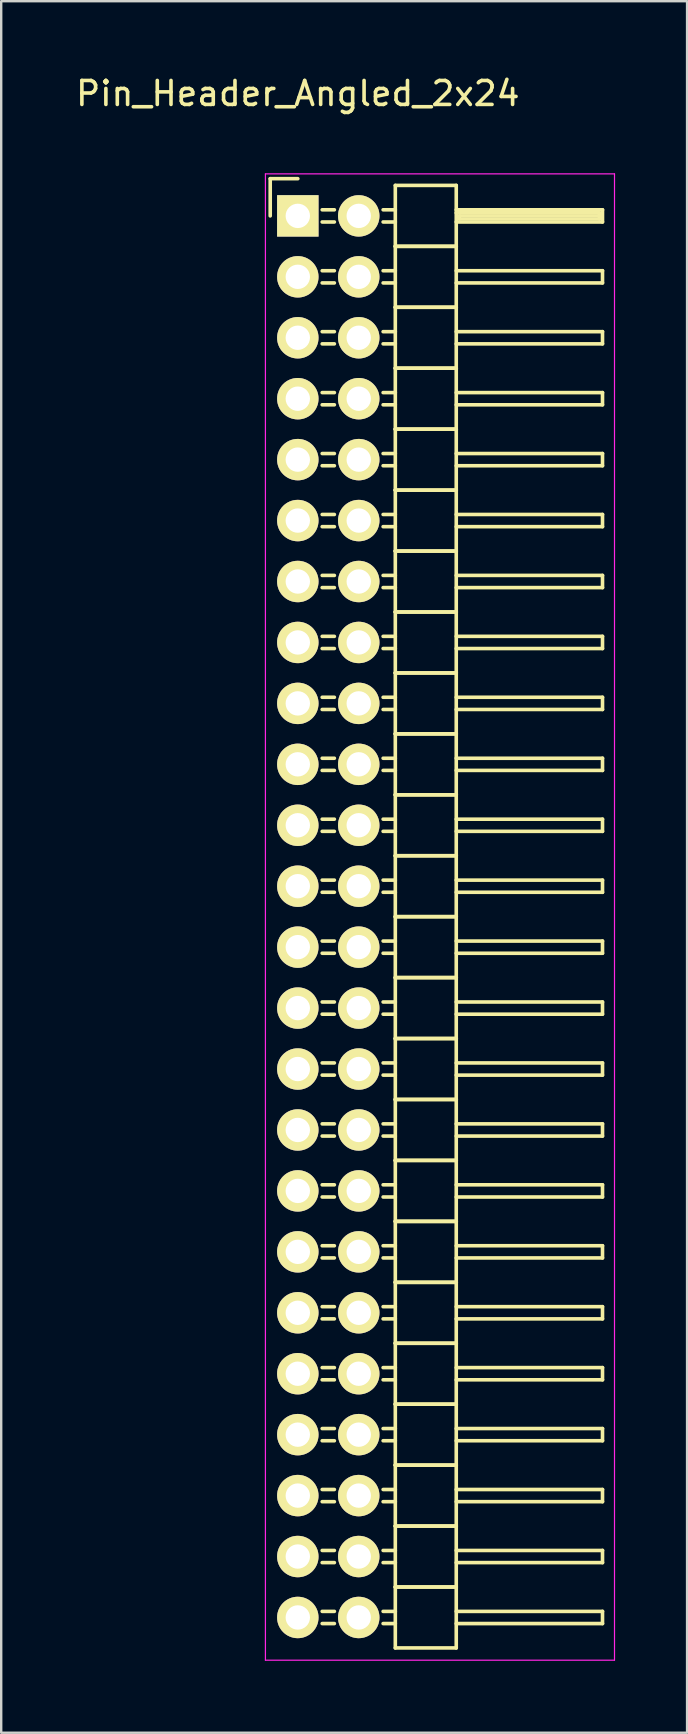
<source format=kicad_pcb>
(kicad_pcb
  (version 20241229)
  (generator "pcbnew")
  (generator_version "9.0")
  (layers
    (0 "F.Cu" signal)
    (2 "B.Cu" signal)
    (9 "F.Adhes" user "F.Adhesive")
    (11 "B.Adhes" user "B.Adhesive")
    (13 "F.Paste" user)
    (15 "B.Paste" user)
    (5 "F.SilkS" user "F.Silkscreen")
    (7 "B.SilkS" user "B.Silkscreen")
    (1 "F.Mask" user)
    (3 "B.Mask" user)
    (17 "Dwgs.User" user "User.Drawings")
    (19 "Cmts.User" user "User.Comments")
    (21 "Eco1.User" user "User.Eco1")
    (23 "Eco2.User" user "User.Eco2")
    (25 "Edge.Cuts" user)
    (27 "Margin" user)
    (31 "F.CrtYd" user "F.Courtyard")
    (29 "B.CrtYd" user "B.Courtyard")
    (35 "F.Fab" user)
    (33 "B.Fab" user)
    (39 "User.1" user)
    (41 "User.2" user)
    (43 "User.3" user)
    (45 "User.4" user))
  (footprint "Pin_Header_Angled_2x24"
    (layer "F.Cu")
    (at 9.363 5.948)
    (property "Reference" "Pin_Header_Angled_2x24" (at 0 -5.1 0) (layer "F.SilkS") (effects (font (size 1 1) (thickness 0.15))))
    (attr through_hole)
    (fp_line (start -1.15 -1.55) (end -1.15 0) (stroke (width 0.15) (type solid)) (layer "F.SilkS"))
    (fp_line (start 0 -1.55) (end -1.15 -1.55) (stroke (width 0.15) (type solid)) (layer "F.SilkS"))
    (fp_line (start 1.524 -0.254) (end 1.016 -0.254) (stroke (width 0.15) (type solid)) (layer "F.SilkS"))
    (fp_line (start 1.524 0.254) (end 1.016 0.254) (stroke (width 0.15) (type solid)) (layer "F.SilkS"))
    (fp_line (start 1.524 2.286) (end 1.016 2.286) (stroke (width 0.15) (type solid)) (layer "F.SilkS"))
    (fp_line (start 1.524 2.794) (end 1.016 2.794) (stroke (width 0.15) (type solid)) (layer "F.SilkS"))
    (fp_line (start 1.524 4.826) (end 1.016 4.826) (stroke (width 0.15) (type solid)) (layer "F.SilkS"))
    (fp_line (start 1.524 5.334) (end 1.016 5.334) (stroke (width 0.15) (type solid)) (layer "F.SilkS"))
    (fp_line (start 1.524 7.366) (end 1.016 7.366) (stroke (width 0.15) (type solid)) (layer "F.SilkS"))
    (fp_line (start 1.524 7.874) (end 1.016 7.874) (stroke (width 0.15) (type solid)) (layer "F.SilkS"))
    (fp_line (start 1.524 9.906) (end 1.016 9.906) (stroke (width 0.15) (type solid)) (layer "F.SilkS"))
    (fp_line (start 1.524 10.414) (end 1.016 10.414) (stroke (width 0.15) (type solid)) (layer "F.SilkS"))
    (fp_line (start 1.524 12.446) (end 1.016 12.446) (stroke (width 0.15) (type solid)) (layer "F.SilkS"))
    (fp_line (start 1.524 12.954) (end 1.016 12.954) (stroke (width 0.15) (type solid)) (layer "F.SilkS"))
    (fp_line (start 1.524 14.986) (end 1.016 14.986) (stroke (width 0.15) (type solid)) (layer "F.SilkS"))
    (fp_line (start 1.524 15.494) (end 1.016 15.494) (stroke (width 0.15) (type solid)) (layer "F.SilkS"))
    (fp_line (start 1.524 17.526) (end 1.016 17.526) (stroke (width 0.15) (type solid)) (layer "F.SilkS"))
    (fp_line (start 1.524 18.034) (end 1.016 18.034) (stroke (width 0.15) (type solid)) (layer "F.SilkS"))
    (fp_line (start 1.524 20.066) (end 1.016 20.066) (stroke (width 0.15) (type solid)) (layer "F.SilkS"))
    (fp_line (start 1.524 20.574) (end 1.016 20.574) (stroke (width 0.15) (type solid)) (layer "F.SilkS"))
    (fp_line (start 1.524 22.606) (end 1.016 22.606) (stroke (width 0.15) (type solid)) (layer "F.SilkS"))
    (fp_line (start 1.524 23.114) (end 1.016 23.114) (stroke (width 0.15) (type solid)) (layer "F.SilkS"))
    (fp_line (start 1.524 25.146) (end 1.016 25.146) (stroke (width 0.15) (type solid)) (layer "F.SilkS"))
    (fp_line (start 1.524 25.654) (end 1.016 25.654) (stroke (width 0.15) (type solid)) (layer "F.SilkS"))
    (fp_line (start 1.524 27.686) (end 1.016 27.686) (stroke (width 0.15) (type solid)) (layer "F.SilkS"))
    (fp_line (start 1.524 28.194) (end 1.016 28.194) (stroke (width 0.15) (type solid)) (layer "F.SilkS"))
    (fp_line (start 1.524 30.226) (end 1.016 30.226) (stroke (width 0.15) (type solid)) (layer "F.SilkS"))
    (fp_line (start 1.524 30.734) (end 1.016 30.734) (stroke (width 0.15) (type solid)) (layer "F.SilkS"))
    (fp_line (start 1.524 32.766) (end 1.016 32.766) (stroke (width 0.15) (type solid)) (layer "F.SilkS"))
    (fp_line (start 1.524 33.274) (end 1.016 33.274) (stroke (width 0.15) (type solid)) (layer "F.SilkS"))
    (fp_line (start 1.524 35.306) (end 1.016 35.306) (stroke (width 0.15) (type solid)) (layer "F.SilkS"))
    (fp_line (start 1.524 35.814) (end 1.016 35.814) (stroke (width 0.15) (type solid)) (layer "F.SilkS"))
    (fp_line (start 1.524 37.846) (end 1.016 37.846) (stroke (width 0.15) (type solid)) (layer "F.SilkS"))
    (fp_line (start 1.524 38.354) (end 1.016 38.354) (stroke (width 0.15) (type solid)) (layer "F.SilkS"))
    (fp_line (start 1.524 40.386) (end 1.016 40.386) (stroke (width 0.15) (type solid)) (layer "F.SilkS"))
    (fp_line (start 1.524 40.894) (end 1.016 40.894) (stroke (width 0.15) (type solid)) (layer "F.SilkS"))
    (fp_line (start 1.524 42.926) (end 1.016 42.926) (stroke (width 0.15) (type solid)) (layer "F.SilkS"))
    (fp_line (start 1.524 43.434) (end 1.016 43.434) (stroke (width 0.15) (type solid)) (layer "F.SilkS"))
    (fp_line (start 1.524 45.466) (end 1.016 45.466) (stroke (width 0.15) (type solid)) (layer "F.SilkS"))
    (fp_line (start 1.524 45.974) (end 1.016 45.974) (stroke (width 0.15) (type solid)) (layer "F.SilkS"))
    (fp_line (start 1.524 48.006) (end 1.016 48.006) (stroke (width 0.15) (type solid)) (layer "F.SilkS"))
    (fp_line (start 1.524 48.514) (end 1.016 48.514) (stroke (width 0.15) (type solid)) (layer "F.SilkS"))
    (fp_line (start 1.524 50.546) (end 1.016 50.546) (stroke (width 0.15) (type solid)) (layer "F.SilkS"))
    (fp_line (start 1.524 51.054) (end 1.016 51.054) (stroke (width 0.15) (type solid)) (layer "F.SilkS"))
    (fp_line (start 1.524 53.086) (end 1.016 53.086) (stroke (width 0.15) (type solid)) (layer "F.SilkS"))
    (fp_line (start 1.524 53.594) (end 1.016 53.594) (stroke (width 0.15) (type solid)) (layer "F.SilkS"))
    (fp_line (start 1.524 55.626) (end 1.016 55.626) (stroke (width 0.15) (type solid)) (layer "F.SilkS"))
    (fp_line (start 1.524 56.134) (end 1.016 56.134) (stroke (width 0.15) (type solid)) (layer "F.SilkS"))
    (fp_line (start 1.524 58.166) (end 1.016 58.166) (stroke (width 0.15) (type solid)) (layer "F.SilkS"))
    (fp_line (start 1.524 58.674) (end 1.016 58.674) (stroke (width 0.15) (type solid)) (layer "F.SilkS"))
    (fp_line (start 4.064 -1.27) (end 4.064 1.27) (stroke (width 0.15) (type solid)) (layer "F.SilkS"))
    (fp_line (start 4.064 -1.27) (end 6.604 -1.27) (stroke (width 0.15) (type solid)) (layer "F.SilkS"))
    (fp_line (start 4.064 -0.254) (end 3.556 -0.254) (stroke (width 0.15) (type solid)) (layer "F.SilkS"))
    (fp_line (start 4.064 0.254) (end 3.556 0.254) (stroke (width 0.15) (type solid)) (layer "F.SilkS"))
    (fp_line (start 4.064 1.27) (end 4.064 3.81) (stroke (width 0.15) (type solid)) (layer "F.SilkS"))
    (fp_line (start 4.064 1.27) (end 6.604 1.27) (stroke (width 0.15) (type solid)) (layer "F.SilkS"))
    (fp_line (start 4.064 1.27) (end 6.604 1.27) (stroke (width 0.15) (type solid)) (layer "F.SilkS"))
    (fp_line (start 4.064 2.286) (end 3.556 2.286) (stroke (width 0.15) (type solid)) (layer "F.SilkS"))
    (fp_line (start 4.064 2.794) (end 3.556 2.794) (stroke (width 0.15) (type solid)) (layer "F.SilkS"))
    (fp_line (start 4.064 3.81) (end 4.064 6.35) (stroke (width 0.15) (type solid)) (layer "F.SilkS"))
    (fp_line (start 4.064 3.81) (end 6.604 3.81) (stroke (width 0.15) (type solid)) (layer "F.SilkS"))
    (fp_line (start 4.064 3.81) (end 6.604 3.81) (stroke (width 0.15) (type solid)) (layer "F.SilkS"))
    (fp_line (start 4.064 4.826) (end 3.556 4.826) (stroke (width 0.15) (type solid)) (layer "F.SilkS"))
    (fp_line (start 4.064 5.334) (end 3.556 5.334) (stroke (width 0.15) (type solid)) (layer "F.SilkS"))
    (fp_line (start 4.064 6.35) (end 4.064 8.89) (stroke (width 0.15) (type solid)) (layer "F.SilkS"))
    (fp_line (start 4.064 6.35) (end 6.604 6.35) (stroke (width 0.15) (type solid)) (layer "F.SilkS"))
    (fp_line (start 4.064 6.35) (end 6.604 6.35) (stroke (width 0.15) (type solid)) (layer "F.SilkS"))
    (fp_line (start 4.064 7.366) (end 3.556 7.366) (stroke (width 0.15) (type solid)) (layer "F.SilkS"))
    (fp_line (start 4.064 7.874) (end 3.556 7.874) (stroke (width 0.15) (type solid)) (layer "F.SilkS"))
    (fp_line (start 4.064 8.89) (end 4.064 11.43) (stroke (width 0.15) (type solid)) (layer "F.SilkS"))
    (fp_line (start 4.064 8.89) (end 6.604 8.89) (stroke (width 0.15) (type solid)) (layer "F.SilkS"))
    (fp_line (start 4.064 8.89) (end 6.604 8.89) (stroke (width 0.15) (type solid)) (layer "F.SilkS"))
    (fp_line (start 4.064 9.906) (end 3.556 9.906) (stroke (width 0.15) (type solid)) (layer "F.SilkS"))
    (fp_line (start 4.064 10.414) (end 3.556 10.414) (stroke (width 0.15) (type solid)) (layer "F.SilkS"))
    (fp_line (start 4.064 11.43) (end 4.064 13.97) (stroke (width 0.15) (type solid)) (layer "F.SilkS"))
    (fp_line (start 4.064 11.43) (end 6.604 11.43) (stroke (width 0.15) (type solid)) (layer "F.SilkS"))
    (fp_line (start 4.064 11.43) (end 6.604 11.43) (stroke (width 0.15) (type solid)) (layer "F.SilkS"))
    (fp_line (start 4.064 12.446) (end 3.556 12.446) (stroke (width 0.15) (type solid)) (layer "F.SilkS"))
    (fp_line (start 4.064 12.954) (end 3.556 12.954) (stroke (width 0.15) (type solid)) (layer "F.SilkS"))
    (fp_line (start 4.064 13.97) (end 4.064 16.51) (stroke (width 0.15) (type solid)) (layer "F.SilkS"))
    (fp_line (start 4.064 13.97) (end 6.604 13.97) (stroke (width 0.15) (type solid)) (layer "F.SilkS"))
    (fp_line (start 4.064 13.97) (end 6.604 13.97) (stroke (width 0.15) (type solid)) (layer "F.SilkS"))
    (fp_line (start 4.064 14.986) (end 3.556 14.986) (stroke (width 0.15) (type solid)) (layer "F.SilkS"))
    (fp_line (start 4.064 15.494) (end 3.556 15.494) (stroke (width 0.15) (type solid)) (layer "F.SilkS"))
    (fp_line (start 4.064 16.51) (end 4.064 19.05) (stroke (width 0.15) (type solid)) (layer "F.SilkS"))
    (fp_line (start 4.064 16.51) (end 6.604 16.51) (stroke (width 0.15) (type solid)) (layer "F.SilkS"))
    (fp_line (start 4.064 16.51) (end 6.604 16.51) (stroke (width 0.15) (type solid)) (layer "F.SilkS"))
    (fp_line (start 4.064 17.526) (end 3.556 17.526) (stroke (width 0.15) (type solid)) (layer "F.SilkS"))
    (fp_line (start 4.064 18.034) (end 3.556 18.034) (stroke (width 0.15) (type solid)) (layer "F.SilkS"))
    (fp_line (start 4.064 19.05) (end 4.064 21.59) (stroke (width 0.15) (type solid)) (layer "F.SilkS"))
    (fp_line (start 4.064 19.05) (end 6.604 19.05) (stroke (width 0.15) (type solid)) (layer "F.SilkS"))
    (fp_line (start 4.064 19.05) (end 6.604 19.05) (stroke (width 0.15) (type solid)) (layer "F.SilkS"))
    (fp_line (start 4.064 20.066) (end 3.556 20.066) (stroke (width 0.15) (type solid)) (layer "F.SilkS"))
    (fp_line (start 4.064 20.574) (end 3.556 20.574) (stroke (width 0.15) (type solid)) (layer "F.SilkS"))
    (fp_line (start 4.064 21.59) (end 4.064 24.13) (stroke (width 0.15) (type solid)) (layer "F.SilkS"))
    (fp_line (start 4.064 21.59) (end 6.604 21.59) (stroke (width 0.15) (type solid)) (layer "F.SilkS"))
    (fp_line (start 4.064 21.59) (end 6.604 21.59) (stroke (width 0.15) (type solid)) (layer "F.SilkS"))
    (fp_line (start 4.064 22.606) (end 3.556 22.606) (stroke (width 0.15) (type solid)) (layer "F.SilkS"))
    (fp_line (start 4.064 23.114) (end 3.556 23.114) (stroke (width 0.15) (type solid)) (layer "F.SilkS"))
    (fp_line (start 4.064 24.13) (end 4.064 26.67) (stroke (width 0.15) (type solid)) (layer "F.SilkS"))
    (fp_line (start 4.064 24.13) (end 6.604 24.13) (stroke (width 0.15) (type solid)) (layer "F.SilkS"))
    (fp_line (start 4.064 24.13) (end 6.604 24.13) (stroke (width 0.15) (type solid)) (layer "F.SilkS"))
    (fp_line (start 4.064 25.146) (end 3.556 25.146) (stroke (width 0.15) (type solid)) (layer "F.SilkS"))
    (fp_line (start 4.064 25.654) (end 3.556 25.654) (stroke (width 0.15) (type solid)) (layer "F.SilkS"))
    (fp_line (start 4.064 26.67) (end 4.064 29.21) (stroke (width 0.15) (type solid)) (layer "F.SilkS"))
    (fp_line (start 4.064 26.67) (end 6.604 26.67) (stroke (width 0.15) (type solid)) (layer "F.SilkS"))
    (fp_line (start 4.064 26.67) (end 6.604 26.67) (stroke (width 0.15) (type solid)) (layer "F.SilkS"))
    (fp_line (start 4.064 27.686) (end 3.556 27.686) (stroke (width 0.15) (type solid)) (layer "F.SilkS"))
    (fp_line (start 4.064 28.194) (end 3.556 28.194) (stroke (width 0.15) (type solid)) (layer "F.SilkS"))
    (fp_line (start 4.064 29.21) (end 4.064 31.75) (stroke (width 0.15) (type solid)) (layer "F.SilkS"))
    (fp_line (start 4.064 29.21) (end 6.604 29.21) (stroke (width 0.15) (type solid)) (layer "F.SilkS"))
    (fp_line (start 4.064 29.21) (end 6.604 29.21) (stroke (width 0.15) (type solid)) (layer "F.SilkS"))
    (fp_line (start 4.064 30.226) (end 3.556 30.226) (stroke (width 0.15) (type solid)) (layer "F.SilkS"))
    (fp_line (start 4.064 30.734) (end 3.556 30.734) (stroke (width 0.15) (type solid)) (layer "F.SilkS"))
    (fp_line (start 4.064 31.75) (end 4.064 34.29) (stroke (width 0.15) (type solid)) (layer "F.SilkS"))
    (fp_line (start 4.064 31.75) (end 6.604 31.75) (stroke (width 0.15) (type solid)) (layer "F.SilkS"))
    (fp_line (start 4.064 31.75) (end 6.604 31.75) (stroke (width 0.15) (type solid)) (layer "F.SilkS"))
    (fp_line (start 4.064 32.766) (end 3.556 32.766) (stroke (width 0.15) (type solid)) (layer "F.SilkS"))
    (fp_line (start 4.064 33.274) (end 3.556 33.274) (stroke (width 0.15) (type solid)) (layer "F.SilkS"))
    (fp_line (start 4.064 34.29) (end 4.064 36.83) (stroke (width 0.15) (type solid)) (layer "F.SilkS"))
    (fp_line (start 4.064 34.29) (end 6.604 34.29) (stroke (width 0.15) (type solid)) (layer "F.SilkS"))
    (fp_line (start 4.064 34.29) (end 6.604 34.29) (stroke (width 0.15) (type solid)) (layer "F.SilkS"))
    (fp_line (start 4.064 35.306) (end 3.556 35.306) (stroke (width 0.15) (type solid)) (layer "F.SilkS"))
    (fp_line (start 4.064 35.814) (end 3.556 35.814) (stroke (width 0.15) (type solid)) (layer "F.SilkS"))
    (fp_line (start 4.064 36.83) (end 4.064 39.37) (stroke (width 0.15) (type solid)) (layer "F.SilkS"))
    (fp_line (start 4.064 36.83) (end 6.604 36.83) (stroke (width 0.15) (type solid)) (layer "F.SilkS"))
    (fp_line (start 4.064 36.83) (end 6.604 36.83) (stroke (width 0.15) (type solid)) (layer "F.SilkS"))
    (fp_line (start 4.064 37.846) (end 3.556 37.846) (stroke (width 0.15) (type solid)) (layer "F.SilkS"))
    (fp_line (start 4.064 38.354) (end 3.556 38.354) (stroke (width 0.15) (type solid)) (layer "F.SilkS"))
    (fp_line (start 4.064 39.37) (end 4.064 41.91) (stroke (width 0.15) (type solid)) (layer "F.SilkS"))
    (fp_line (start 4.064 39.37) (end 6.604 39.37) (stroke (width 0.15) (type solid)) (layer "F.SilkS"))
    (fp_line (start 4.064 39.37) (end 6.604 39.37) (stroke (width 0.15) (type solid)) (layer "F.SilkS"))
    (fp_line (start 4.064 40.386) (end 3.556 40.386) (stroke (width 0.15) (type solid)) (layer "F.SilkS"))
    (fp_line (start 4.064 40.894) (end 3.556 40.894) (stroke (width 0.15) (type solid)) (layer "F.SilkS"))
    (fp_line (start 4.064 41.91) (end 4.064 44.45) (stroke (width 0.15) (type solid)) (layer "F.SilkS"))
    (fp_line (start 4.064 41.91) (end 6.604 41.91) (stroke (width 0.15) (type solid)) (layer "F.SilkS"))
    (fp_line (start 4.064 41.91) (end 6.604 41.91) (stroke (width 0.15) (type solid)) (layer "F.SilkS"))
    (fp_line (start 4.064 42.926) (end 3.556 42.926) (stroke (width 0.15) (type solid)) (layer "F.SilkS"))
    (fp_line (start 4.064 43.434) (end 3.556 43.434) (stroke (width 0.15) (type solid)) (layer "F.SilkS"))
    (fp_line (start 4.064 44.45) (end 4.064 46.99) (stroke (width 0.15) (type solid)) (layer "F.SilkS"))
    (fp_line (start 4.064 44.45) (end 6.604 44.45) (stroke (width 0.15) (type solid)) (layer "F.SilkS"))
    (fp_line (start 4.064 44.45) (end 6.604 44.45) (stroke (width 0.15) (type solid)) (layer "F.SilkS"))
    (fp_line (start 4.064 45.466) (end 3.556 45.466) (stroke (width 0.15) (type solid)) (layer "F.SilkS"))
    (fp_line (start 4.064 45.974) (end 3.556 45.974) (stroke (width 0.15) (type solid)) (layer "F.SilkS"))
    (fp_line (start 4.064 46.99) (end 4.064 49.53) (stroke (width 0.15) (type solid)) (layer "F.SilkS"))
    (fp_line (start 4.064 46.99) (end 6.604 46.99) (stroke (width 0.15) (type solid)) (layer "F.SilkS"))
    (fp_line (start 4.064 46.99) (end 6.604 46.99) (stroke (width 0.15) (type solid)) (layer "F.SilkS"))
    (fp_line (start 4.064 48.006) (end 3.556 48.006) (stroke (width 0.15) (type solid)) (layer "F.SilkS"))
    (fp_line (start 4.064 48.514) (end 3.556 48.514) (stroke (width 0.15) (type solid)) (layer "F.SilkS"))
    (fp_line (start 4.064 49.53) (end 4.064 52.07) (stroke (width 0.15) (type solid)) (layer "F.SilkS"))
    (fp_line (start 4.064 49.53) (end 6.604 49.53) (stroke (width 0.15) (type solid)) (layer "F.SilkS"))
    (fp_line (start 4.064 49.53) (end 6.604 49.53) (stroke (width 0.15) (type solid)) (layer "F.SilkS"))
    (fp_line (start 4.064 50.546) (end 3.556 50.546) (stroke (width 0.15) (type solid)) (layer "F.SilkS"))
    (fp_line (start 4.064 51.054) (end 3.556 51.054) (stroke (width 0.15) (type solid)) (layer "F.SilkS"))
    (fp_line (start 4.064 52.07) (end 4.064 54.61) (stroke (width 0.15) (type solid)) (layer "F.SilkS"))
    (fp_line (start 4.064 52.07) (end 6.604 52.07) (stroke (width 0.15) (type solid)) (layer "F.SilkS"))
    (fp_line (start 4.064 52.07) (end 6.604 52.07) (stroke (width 0.15) (type solid)) (layer "F.SilkS"))
    (fp_line (start 4.064 53.086) (end 3.556 53.086) (stroke (width 0.15) (type solid)) (layer "F.SilkS"))
    (fp_line (start 4.064 53.594) (end 3.556 53.594) (stroke (width 0.15) (type solid)) (layer "F.SilkS"))
    (fp_line (start 4.064 54.61) (end 4.064 57.15) (stroke (width 0.15) (type solid)) (layer "F.SilkS"))
    (fp_line (start 4.064 54.61) (end 6.604 54.61) (stroke (width 0.15) (type solid)) (layer "F.SilkS"))
    (fp_line (start 4.064 54.61) (end 6.604 54.61) (stroke (width 0.15) (type solid)) (layer "F.SilkS"))
    (fp_line (start 4.064 55.626) (end 3.556 55.626) (stroke (width 0.15) (type solid)) (layer "F.SilkS"))
    (fp_line (start 4.064 56.134) (end 3.556 56.134) (stroke (width 0.15) (type solid)) (layer "F.SilkS"))
    (fp_line (start 4.064 57.15) (end 4.064 59.69) (stroke (width 0.15) (type solid)) (layer "F.SilkS"))
    (fp_line (start 4.064 57.15) (end 6.604 57.15) (stroke (width 0.15) (type solid)) (layer "F.SilkS"))
    (fp_line (start 4.064 57.15) (end 6.604 57.15) (stroke (width 0.15) (type solid)) (layer "F.SilkS"))
    (fp_line (start 4.064 58.166) (end 3.556 58.166) (stroke (width 0.15) (type solid)) (layer "F.SilkS"))
    (fp_line (start 4.064 58.674) (end 3.556 58.674) (stroke (width 0.15) (type solid)) (layer "F.SilkS"))
    (fp_line (start 4.064 59.69) (end 6.604 59.69) (stroke (width 0.15) (type solid)) (layer "F.SilkS"))
    (fp_line (start 6.604 -0.254) (end 12.7 -0.254) (stroke (width 0.15) (type solid)) (layer "F.SilkS"))
    (fp_line (start 6.604 -0.127) (end 12.573 -0.127) (stroke (width 0.15) (type solid)) (layer "F.SilkS"))
    (fp_line (start 6.604 1.27) (end 6.604 -1.27) (stroke (width 0.15) (type solid)) (layer "F.SilkS"))
    (fp_line (start 6.604 2.286) (end 12.7 2.286) (stroke (width 0.15) (type solid)) (layer "F.SilkS"))
    (fp_line (start 6.604 3.81) (end 6.604 1.27) (stroke (width 0.15) (type solid)) (layer "F.SilkS"))
    (fp_line (start 6.604 4.826) (end 12.7 4.826) (stroke (width 0.15) (type solid)) (layer "F.SilkS"))
    (fp_line (start 6.604 6.35) (end 6.604 3.81) (stroke (width 0.15) (type solid)) (layer "F.SilkS"))
    (fp_line (start 6.604 7.366) (end 12.7 7.366) (stroke (width 0.15) (type solid)) (layer "F.SilkS"))
    (fp_line (start 6.604 8.89) (end 6.604 6.35) (stroke (width 0.15) (type solid)) (layer "F.SilkS"))
    (fp_line (start 6.604 9.906) (end 12.7 9.906) (stroke (width 0.15) (type solid)) (layer "F.SilkS"))
    (fp_line (start 6.604 11.43) (end 6.604 8.89) (stroke (width 0.15) (type solid)) (layer "F.SilkS"))
    (fp_line (start 6.604 12.446) (end 12.7 12.446) (stroke (width 0.15) (type solid)) (layer "F.SilkS"))
    (fp_line (start 6.604 13.97) (end 6.604 11.43) (stroke (width 0.15) (type solid)) (layer "F.SilkS"))
    (fp_line (start 6.604 14.986) (end 12.7 14.986) (stroke (width 0.15) (type solid)) (layer "F.SilkS"))
    (fp_line (start 6.604 16.51) (end 6.604 13.97) (stroke (width 0.15) (type solid)) (layer "F.SilkS"))
    (fp_line (start 6.604 17.526) (end 12.7 17.526) (stroke (width 0.15) (type solid)) (layer "F.SilkS"))
    (fp_line (start 6.604 19.05) (end 6.604 16.51) (stroke (width 0.15) (type solid)) (layer "F.SilkS"))
    (fp_line (start 6.604 20.066) (end 12.7 20.066) (stroke (width 0.15) (type solid)) (layer "F.SilkS"))
    (fp_line (start 6.604 21.59) (end 6.604 19.05) (stroke (width 0.15) (type solid)) (layer "F.SilkS"))
    (fp_line (start 6.604 22.606) (end 12.7 22.606) (stroke (width 0.15) (type solid)) (layer "F.SilkS"))
    (fp_line (start 6.604 24.13) (end 6.604 21.59) (stroke (width 0.15) (type solid)) (layer "F.SilkS"))
    (fp_line (start 6.604 25.146) (end 12.7 25.146) (stroke (width 0.15) (type solid)) (layer "F.SilkS"))
    (fp_line (start 6.604 26.67) (end 6.604 24.13) (stroke (width 0.15) (type solid)) (layer "F.SilkS"))
    (fp_line (start 6.604 27.686) (end 12.7 27.686) (stroke (width 0.15) (type solid)) (layer "F.SilkS"))
    (fp_line (start 6.604 29.21) (end 6.604 26.67) (stroke (width 0.15) (type solid)) (layer "F.SilkS"))
    (fp_line (start 6.604 30.226) (end 12.7 30.226) (stroke (width 0.15) (type solid)) (layer "F.SilkS"))
    (fp_line (start 6.604 31.75) (end 6.604 29.21) (stroke (width 0.15) (type solid)) (layer "F.SilkS"))
    (fp_line (start 6.604 32.766) (end 12.7 32.766) (stroke (width 0.15) (type solid)) (layer "F.SilkS"))
    (fp_line (start 6.604 34.29) (end 6.604 31.75) (stroke (width 0.15) (type solid)) (layer "F.SilkS"))
    (fp_line (start 6.604 35.306) (end 12.7 35.306) (stroke (width 0.15) (type solid)) (layer "F.SilkS"))
    (fp_line (start 6.604 36.83) (end 6.604 34.29) (stroke (width 0.15) (type solid)) (layer "F.SilkS"))
    (fp_line (start 6.604 37.846) (end 12.7 37.846) (stroke (width 0.15) (type solid)) (layer "F.SilkS"))
    (fp_line (start 6.604 39.37) (end 6.604 36.83) (stroke (width 0.15) (type solid)) (layer "F.SilkS"))
    (fp_line (start 6.604 40.386) (end 12.7 40.386) (stroke (width 0.15) (type solid)) (layer "F.SilkS"))
    (fp_line (start 6.604 41.91) (end 6.604 39.37) (stroke (width 0.15) (type solid)) (layer "F.SilkS"))
    (fp_line (start 6.604 42.926) (end 12.7 42.926) (stroke (width 0.15) (type solid)) (layer "F.SilkS"))
    (fp_line (start 6.604 44.45) (end 6.604 41.91) (stroke (width 0.15) (type solid)) (layer "F.SilkS"))
    (fp_line (start 6.604 45.466) (end 12.7 45.466) (stroke (width 0.15) (type solid)) (layer "F.SilkS"))
    (fp_line (start 6.604 46.99) (end 6.604 44.45) (stroke (width 0.15) (type solid)) (layer "F.SilkS"))
    (fp_line (start 6.604 48.006) (end 12.7 48.006) (stroke (width 0.15) (type solid)) (layer "F.SilkS"))
    (fp_line (start 6.604 49.53) (end 6.604 46.99) (stroke (width 0.15) (type solid)) (layer "F.SilkS"))
    (fp_line (start 6.604 50.546) (end 12.7 50.546) (stroke (width 0.15) (type solid)) (layer "F.SilkS"))
    (fp_line (start 6.604 52.07) (end 6.604 49.53) (stroke (width 0.15) (type solid)) (layer "F.SilkS"))
    (fp_line (start 6.604 53.086) (end 12.7 53.086) (stroke (width 0.15) (type solid)) (layer "F.SilkS"))
    (fp_line (start 6.604 54.61) (end 6.604 52.07) (stroke (width 0.15) (type solid)) (layer "F.SilkS"))
    (fp_line (start 6.604 55.626) (end 12.7 55.626) (stroke (width 0.15) (type solid)) (layer "F.SilkS"))
    (fp_line (start 6.604 57.15) (end 6.604 54.61) (stroke (width 0.15) (type solid)) (layer "F.SilkS"))
    (fp_line (start 6.604 58.166) (end 12.7 58.166) (stroke (width 0.15) (type solid)) (layer "F.SilkS"))
    (fp_line (start 6.604 59.69) (end 6.604 57.15) (stroke (width 0.15) (type solid)) (layer "F.SilkS"))
    (fp_line (start 6.731 0) (end 12.573 0) (stroke (width 0.15) (type solid)) (layer "F.SilkS"))
    (fp_line (start 6.731 0.127) (end 6.731 0) (stroke (width 0.15) (type solid)) (layer "F.SilkS"))
    (fp_line (start 12.573 -0.127) (end 12.573 0.127) (stroke (width 0.15) (type solid)) (layer "F.SilkS"))
    (fp_line (start 12.573 0.127) (end 6.731 0.127) (stroke (width 0.15) (type solid)) (layer "F.SilkS"))
    (fp_line (start 12.7 -0.254) (end 12.7 0.254) (stroke (width 0.15) (type solid)) (layer "F.SilkS"))
    (fp_line (start 12.7 0.254) (end 6.604 0.254) (stroke (width 0.15) (type solid)) (layer "F.SilkS"))
    (fp_line (start 12.7 2.286) (end 12.7 2.794) (stroke (width 0.15) (type solid)) (layer "F.SilkS"))
    (fp_line (start 12.7 2.794) (end 6.604 2.794) (stroke (width 0.15) (type solid)) (layer "F.SilkS"))
    (fp_line (start 12.7 4.826) (end 12.7 5.334) (stroke (width 0.15) (type solid)) (layer "F.SilkS"))
    (fp_line (start 12.7 5.334) (end 6.604 5.334) (stroke (width 0.15) (type solid)) (layer "F.SilkS"))
    (fp_line (start 12.7 7.366) (end 12.7 7.874) (stroke (width 0.15) (type solid)) (layer "F.SilkS"))
    (fp_line (start 12.7 7.874) (end 6.604 7.874) (stroke (width 0.15) (type solid)) (layer "F.SilkS"))
    (fp_line (start 12.7 9.906) (end 12.7 10.414) (stroke (width 0.15) (type solid)) (layer "F.SilkS"))
    (fp_line (start 12.7 10.414) (end 6.604 10.414) (stroke (width 0.15) (type solid)) (layer "F.SilkS"))
    (fp_line (start 12.7 12.446) (end 12.7 12.954) (stroke (width 0.15) (type solid)) (layer "F.SilkS"))
    (fp_line (start 12.7 12.954) (end 6.604 12.954) (stroke (width 0.15) (type solid)) (layer "F.SilkS"))
    (fp_line (start 12.7 14.986) (end 12.7 15.494) (stroke (width 0.15) (type solid)) (layer "F.SilkS"))
    (fp_line (start 12.7 15.494) (end 6.604 15.494) (stroke (width 0.15) (type solid)) (layer "F.SilkS"))
    (fp_line (start 12.7 17.526) (end 12.7 18.034) (stroke (width 0.15) (type solid)) (layer "F.SilkS"))
    (fp_line (start 12.7 18.034) (end 6.604 18.034) (stroke (width 0.15) (type solid)) (layer "F.SilkS"))
    (fp_line (start 12.7 20.066) (end 12.7 20.574) (stroke (width 0.15) (type solid)) (layer "F.SilkS"))
    (fp_line (start 12.7 20.574) (end 6.604 20.574) (stroke (width 0.15) (type solid)) (layer "F.SilkS"))
    (fp_line (start 12.7 22.606) (end 12.7 23.114) (stroke (width 0.15) (type solid)) (layer "F.SilkS"))
    (fp_line (start 12.7 23.114) (end 6.604 23.114) (stroke (width 0.15) (type solid)) (layer "F.SilkS"))
    (fp_line (start 12.7 25.146) (end 12.7 25.654) (stroke (width 0.15) (type solid)) (layer "F.SilkS"))
    (fp_line (start 12.7 25.654) (end 6.604 25.654) (stroke (width 0.15) (type solid)) (layer "F.SilkS"))
    (fp_line (start 12.7 27.686) (end 12.7 28.194) (stroke (width 0.15) (type solid)) (layer "F.SilkS"))
    (fp_line (start 12.7 28.194) (end 6.604 28.194) (stroke (width 0.15) (type solid)) (layer "F.SilkS"))
    (fp_line (start 12.7 30.226) (end 12.7 30.734) (stroke (width 0.15) (type solid)) (layer "F.SilkS"))
    (fp_line (start 12.7 30.734) (end 6.604 30.734) (stroke (width 0.15) (type solid)) (layer "F.SilkS"))
    (fp_line (start 12.7 32.766) (end 12.7 33.274) (stroke (width 0.15) (type solid)) (layer "F.SilkS"))
    (fp_line (start 12.7 33.274) (end 6.604 33.274) (stroke (width 0.15) (type solid)) (layer "F.SilkS"))
    (fp_line (start 12.7 35.306) (end 12.7 35.814) (stroke (width 0.15) (type solid)) (layer "F.SilkS"))
    (fp_line (start 12.7 35.814) (end 6.604 35.814) (stroke (width 0.15) (type solid)) (layer "F.SilkS"))
    (fp_line (start 12.7 37.846) (end 12.7 38.354) (stroke (width 0.15) (type solid)) (layer "F.SilkS"))
    (fp_line (start 12.7 38.354) (end 6.604 38.354) (stroke (width 0.15) (type solid)) (layer "F.SilkS"))
    (fp_line (start 12.7 40.386) (end 12.7 40.894) (stroke (width 0.15) (type solid)) (layer "F.SilkS"))
    (fp_line (start 12.7 40.894) (end 6.604 40.894) (stroke (width 0.15) (type solid)) (layer "F.SilkS"))
    (fp_line (start 12.7 42.926) (end 12.7 43.434) (stroke (width 0.15) (type solid)) (layer "F.SilkS"))
    (fp_line (start 12.7 43.434) (end 6.604 43.434) (stroke (width 0.15) (type solid)) (layer "F.SilkS"))
    (fp_line (start 12.7 45.466) (end 12.7 45.974) (stroke (width 0.15) (type solid)) (layer "F.SilkS"))
    (fp_line (start 12.7 45.974) (end 6.604 45.974) (stroke (width 0.15) (type solid)) (layer "F.SilkS"))
    (fp_line (start 12.7 48.006) (end 12.7 48.514) (stroke (width 0.15) (type solid)) (layer "F.SilkS"))
    (fp_line (start 12.7 48.514) (end 6.604 48.514) (stroke (width 0.15) (type solid)) (layer "F.SilkS"))
    (fp_line (start 12.7 50.546) (end 12.7 51.054) (stroke (width 0.15) (type solid)) (layer "F.SilkS"))
    (fp_line (start 12.7 51.054) (end 6.604 51.054) (stroke (width 0.15) (type solid)) (layer "F.SilkS"))
    (fp_line (start 12.7 53.086) (end 12.7 53.594) (stroke (width 0.15) (type solid)) (layer "F.SilkS"))
    (fp_line (start 12.7 53.594) (end 6.604 53.594) (stroke (width 0.15) (type solid)) (layer "F.SilkS"))
    (fp_line (start 12.7 55.626) (end 12.7 56.134) (stroke (width 0.15) (type solid)) (layer "F.SilkS"))
    (fp_line (start 12.7 56.134) (end 6.604 56.134) (stroke (width 0.15) (type solid)) (layer "F.SilkS"))
    (fp_line (start 12.7 58.166) (end 12.7 58.674) (stroke (width 0.15) (type solid)) (layer "F.SilkS"))
    (fp_line (start 12.7 58.674) (end 6.604 58.674) (stroke (width 0.15) (type solid)) (layer "F.SilkS"))
    (fp_line (start -1.35 -1.75) (end -1.35 60.2) (stroke (width 0.05) (type solid)) (layer "F.CrtYd"))
    (fp_line (start -1.35 -1.75) (end 13.2 -1.75) (stroke (width 0.05) (type solid)) (layer "F.CrtYd"))
    (fp_line (start -1.35 60.2) (end 13.2 60.2) (stroke (width 0.05) (type solid)) (layer "F.CrtYd"))
    (fp_line (start 13.2 -1.75) (end 13.2 60.2) (stroke (width 0.05) (type solid)) (layer "F.CrtYd"))
    (pad "1" thru_hole rect (at 0 0) (size 1.727 1.727) (drill 1.016) (layers "*.Cu" "*.Mask" "F.SilkS"))
    (pad "2" thru_hole oval (at 2.54 0) (size 1.727 1.727) (drill 1.016) (layers "*.Cu" "*.Mask" "F.SilkS"))
    (pad "3" thru_hole oval (at 0 2.54) (size 1.727 1.727) (drill 1.016) (layers "*.Cu" "*.Mask" "F.SilkS"))
    (pad "4" thru_hole oval (at 2.54 2.54) (size 1.727 1.727) (drill 1.016) (layers "*.Cu" "*.Mask" "F.SilkS"))
    (pad "5" thru_hole oval (at 0 5.08) (size 1.727 1.727) (drill 1.016) (layers "*.Cu" "*.Mask" "F.SilkS"))
    (pad "6" thru_hole oval (at 2.54 5.08) (size 1.727 1.727) (drill 1.016) (layers "*.Cu" "*.Mask" "F.SilkS"))
    (pad "7" thru_hole oval (at 0 7.62) (size 1.727 1.727) (drill 1.016) (layers "*.Cu" "*.Mask" "F.SilkS"))
    (pad "8" thru_hole oval (at 2.54 7.62) (size 1.727 1.727) (drill 1.016) (layers "*.Cu" "*.Mask" "F.SilkS"))
    (pad "9" thru_hole oval (at 0 10.16) (size 1.727 1.727) (drill 1.016) (layers "*.Cu" "*.Mask" "F.SilkS"))
    (pad "10" thru_hole oval (at 2.54 10.16) (size 1.727 1.727) (drill 1.016) (layers "*.Cu" "*.Mask" "F.SilkS"))
    (pad "11" thru_hole oval (at 0 12.7) (size 1.727 1.727) (drill 1.016) (layers "*.Cu" "*.Mask" "F.SilkS"))
    (pad "12" thru_hole oval (at 2.54 12.7) (size 1.727 1.727) (drill 1.016) (layers "*.Cu" "*.Mask" "F.SilkS"))
    (pad "13" thru_hole oval (at 0 15.24) (size 1.727 1.727) (drill 1.016) (layers "*.Cu" "*.Mask" "F.SilkS"))
    (pad "14" thru_hole oval (at 2.54 15.24) (size 1.727 1.727) (drill 1.016) (layers "*.Cu" "*.Mask" "F.SilkS"))
    (pad "15" thru_hole oval (at 0 17.78) (size 1.727 1.727) (drill 1.016) (layers "*.Cu" "*.Mask" "F.SilkS"))
    (pad "16" thru_hole oval (at 2.54 17.78) (size 1.727 1.727) (drill 1.016) (layers "*.Cu" "*.Mask" "F.SilkS"))
    (pad "17" thru_hole oval (at 0 20.32) (size 1.727 1.727) (drill 1.016) (layers "*.Cu" "*.Mask" "F.SilkS"))
    (pad "18" thru_hole oval (at 2.54 20.32) (size 1.727 1.727) (drill 1.016) (layers "*.Cu" "*.Mask" "F.SilkS"))
    (pad "19" thru_hole oval (at 0 22.86) (size 1.727 1.727) (drill 1.016) (layers "*.Cu" "*.Mask" "F.SilkS"))
    (pad "20" thru_hole oval (at 2.54 22.86) (size 1.727 1.727) (drill 1.016) (layers "*.Cu" "*.Mask" "F.SilkS"))
    (pad "21" thru_hole oval (at 0 25.4) (size 1.727 1.727) (drill 1.016) (layers "*.Cu" "*.Mask" "F.SilkS"))
    (pad "22" thru_hole oval (at 2.54 25.4) (size 1.727 1.727) (drill 1.016) (layers "*.Cu" "*.Mask" "F.SilkS"))
    (pad "23" thru_hole oval (at 0 27.94) (size 1.727 1.727) (drill 1.016) (layers "*.Cu" "*.Mask" "F.SilkS"))
    (pad "24" thru_hole oval (at 2.54 27.94) (size 1.727 1.727) (drill 1.016) (layers "*.Cu" "*.Mask" "F.SilkS"))
    (pad "25" thru_hole oval (at 0 30.48) (size 1.727 1.727) (drill 1.016) (layers "*.Cu" "*.Mask" "F.SilkS"))
    (pad "26" thru_hole oval (at 2.54 30.48) (size 1.727 1.727) (drill 1.016) (layers "*.Cu" "*.Mask" "F.SilkS"))
    (pad "27" thru_hole oval (at 0 33.02) (size 1.727 1.727) (drill 1.016) (layers "*.Cu" "*.Mask" "F.SilkS"))
    (pad "28" thru_hole oval (at 2.54 33.02) (size 1.727 1.727) (drill 1.016) (layers "*.Cu" "*.Mask" "F.SilkS"))
    (pad "29" thru_hole oval (at 0 35.56) (size 1.727 1.727) (drill 1.016) (layers "*.Cu" "*.Mask" "F.SilkS"))
    (pad "30" thru_hole oval (at 2.54 35.56) (size 1.727 1.727) (drill 1.016) (layers "*.Cu" "*.Mask" "F.SilkS"))
    (pad "31" thru_hole oval (at 0 38.1) (size 1.727 1.727) (drill 1.016) (layers "*.Cu" "*.Mask" "F.SilkS"))
    (pad "32" thru_hole oval (at 2.54 38.1) (size 1.727 1.727) (drill 1.016) (layers "*.Cu" "*.Mask" "F.SilkS"))
    (pad "33" thru_hole oval (at 0 40.64) (size 1.727 1.727) (drill 1.016) (layers "*.Cu" "*.Mask" "F.SilkS"))
    (pad "34" thru_hole oval (at 2.54 40.64) (size 1.727 1.727) (drill 1.016) (layers "*.Cu" "*.Mask" "F.SilkS"))
    (pad "35" thru_hole oval (at 0 43.18) (size 1.727 1.727) (drill 1.016) (layers "*.Cu" "*.Mask" "F.SilkS"))
    (pad "36" thru_hole oval (at 2.54 43.18) (size 1.727 1.727) (drill 1.016) (layers "*.Cu" "*.Mask" "F.SilkS"))
    (pad "37" thru_hole oval (at 0 45.72) (size 1.727 1.727) (drill 1.016) (layers "*.Cu" "*.Mask" "F.SilkS"))
    (pad "38" thru_hole oval (at 2.54 45.72) (size 1.727 1.727) (drill 1.016) (layers "*.Cu" "*.Mask" "F.SilkS"))
    (pad "39" thru_hole oval (at 0 48.26) (size 1.727 1.727) (drill 1.016) (layers "*.Cu" "*.Mask" "F.SilkS"))
    (pad "40" thru_hole oval (at 2.54 48.26) (size 1.727 1.727) (drill 1.016) (layers "*.Cu" "*.Mask" "F.SilkS"))
    (pad "41" thru_hole oval (at 0 50.8) (size 1.727 1.727) (drill 1.016) (layers "*.Cu" "*.Mask" "F.SilkS"))
    (pad "42" thru_hole oval (at 2.54 50.8) (size 1.727 1.727) (drill 1.016) (layers "*.Cu" "*.Mask" "F.SilkS"))
    (pad "43" thru_hole oval (at 0 53.34) (size 1.727 1.727) (drill 1.016) (layers "*.Cu" "*.Mask" "F.SilkS"))
    (pad "44" thru_hole oval (at 2.54 53.34) (size 1.727 1.727) (drill 1.016) (layers "*.Cu" "*.Mask" "F.SilkS"))
    (pad "45" thru_hole oval (at 0 55.88) (size 1.727 1.727) (drill 1.016) (layers "*.Cu" "*.Mask" "F.SilkS"))
    (pad "46" thru_hole oval (at 2.54 55.88) (size 1.727 1.727) (drill 1.016) (layers "*.Cu" "*.Mask" "F.SilkS"))
    (pad "47" thru_hole oval (at 0 58.42) (size 1.727 1.727) (drill 1.016) (layers "*.Cu" "*.Mask" "F.SilkS"))
    (pad "48" thru_hole oval (at 2.54 58.42) (size 1.727 1.727) (drill 1.016) (layers "*.Cu" "*.Mask" "F.SilkS")))
  (gr_rect
    (start -3 -3)
    (end 25.588 69.173)
    (stroke (width 0.1) (type default))
    (fill no)
    (layer "Edge.Cuts")))
</source>
